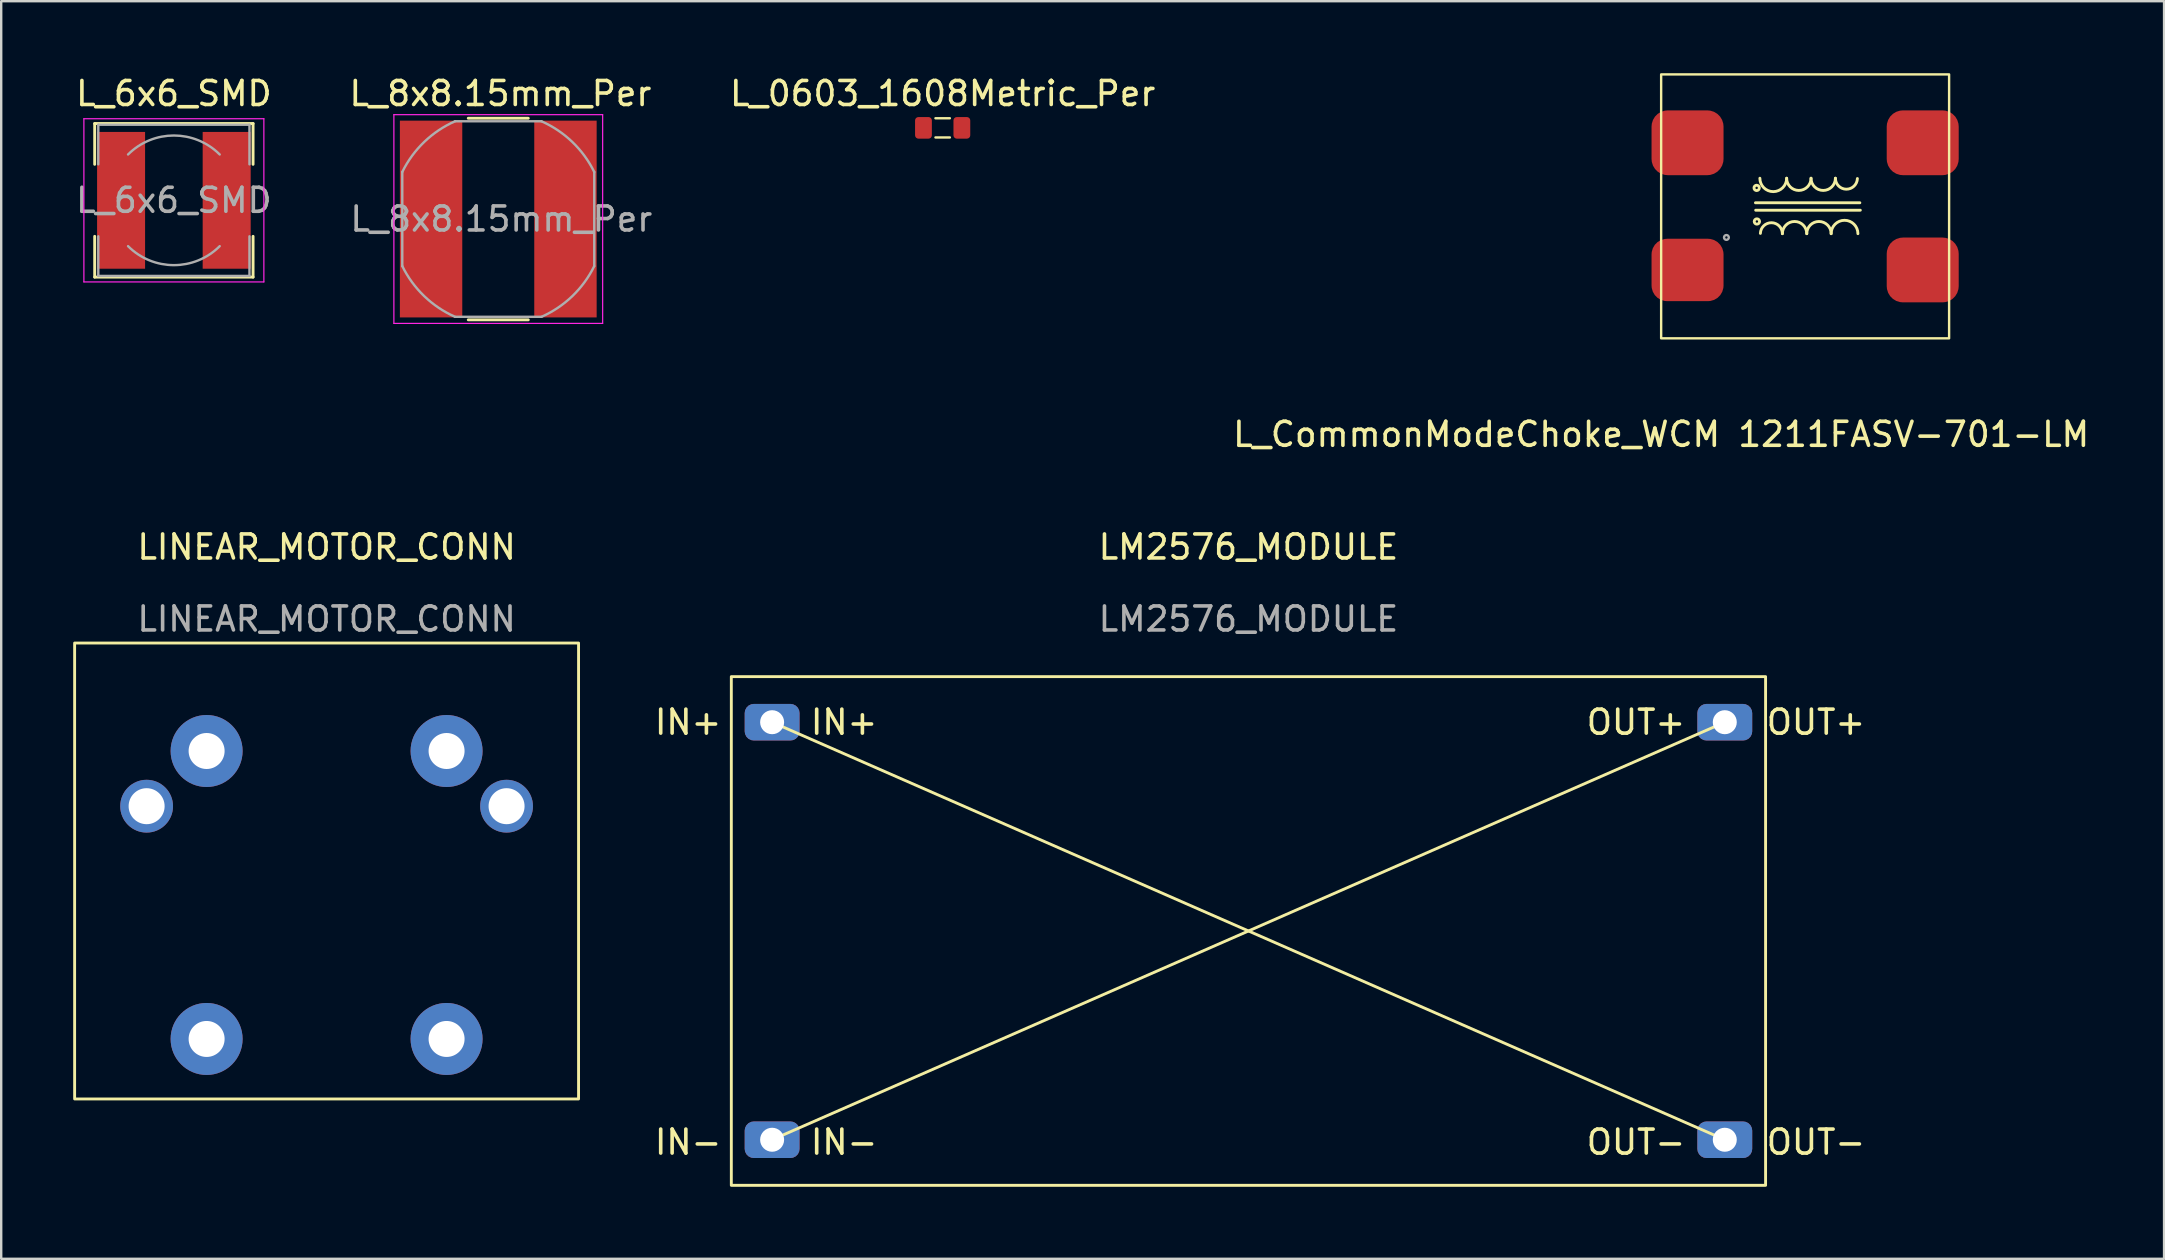
<source format=kicad_pcb>
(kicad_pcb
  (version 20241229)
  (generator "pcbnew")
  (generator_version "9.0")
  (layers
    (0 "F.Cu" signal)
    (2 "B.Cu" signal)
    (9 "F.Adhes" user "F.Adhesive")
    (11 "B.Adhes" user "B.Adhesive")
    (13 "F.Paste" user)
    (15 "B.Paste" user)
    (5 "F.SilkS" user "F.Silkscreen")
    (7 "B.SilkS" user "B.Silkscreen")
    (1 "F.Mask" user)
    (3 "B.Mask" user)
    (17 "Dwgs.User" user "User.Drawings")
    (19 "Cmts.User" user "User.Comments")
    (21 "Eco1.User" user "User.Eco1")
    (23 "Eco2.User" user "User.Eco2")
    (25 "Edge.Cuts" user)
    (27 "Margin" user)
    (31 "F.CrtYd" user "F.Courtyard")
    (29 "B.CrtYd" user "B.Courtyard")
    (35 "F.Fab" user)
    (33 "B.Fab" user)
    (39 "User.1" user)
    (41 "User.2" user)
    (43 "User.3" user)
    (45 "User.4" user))
  (footprint "LM2576_MODULE"
    (layer "F.Cu")
    (at 48.976 35.746)
    (property "Reference" "LM2576_MODULE" (at 0 -16 0) (unlocked yes) (layer "F.SilkS") (effects (font (size 1 1) (thickness 0.15))))
    (attr smd)
    (fp_line (start -19.85 8.7) (end 19.85 -8.7) (stroke (width 0.12) (type solid)) (layer "F.SilkS"))
    (fp_line (start 19.85 8.7) (end -19.85 -8.7) (stroke (width 0.12) (type solid)) (layer "F.SilkS"))
    (fp_rect (start -21.55 10.6) (end 21.55 -10.6) (stroke (width 0.12) (type solid)) (fill no) (layer "F.SilkS"))
    (fp_text user "IN+" (at -16.85 -8.7 0) (unlocked yes) (layer "F.SilkS") (effects (font (size 1 1) (thickness 0.15))))
    (fp_text user "IN+" (at -23.35 -8.7 0) (unlocked yes) (layer "F.SilkS") (effects (font (size 1 1) (thickness 0.15))))
    (fp_text user "IN-" (at -23.35 8.8 0) (unlocked yes) (layer "F.SilkS") (effects (font (size 1 1) (thickness 0.15))))
    (fp_text user "OUT+" (at 16.15 -8.7 0) (unlocked yes) (layer "F.SilkS") (effects (font (size 1 1) (thickness 0.15))))
    (fp_text user "OUT-" (at 23.65 8.8 0) (unlocked yes) (layer "F.SilkS") (effects (font (size 1 1) (thickness 0.15))))
    (fp_text user "OUT+" (at 23.65 -8.7 0) (unlocked yes) (layer "F.SilkS") (effects (font (size 1 1) (thickness 0.15))))
    (fp_text user "IN-" (at -16.85 8.8 0) (unlocked yes) (layer "F.SilkS") (effects (font (size 1 1) (thickness 0.15))))
    (fp_text user "OUT-" (at 16.15 8.8 0) (unlocked yes) (layer "F.SilkS") (effects (font (size 1 1) (thickness 0.15))))
    (fp_text user "${REFERENCE}" (at 0 -13 0) (unlocked yes) (layer "F.Fab") (effects (font (size 1 1) (thickness 0.15))))
    (pad "1" thru_hole roundrect (at -19.85 -8.7) (size 2.286 1.524) (drill 1) (layers "*.Cu" "*.Mask") (roundrect_rratio 0.25))
    (pad "2" thru_hole roundrect (at -19.85 8.7) (size 2.286 1.524) (drill 1) (layers "*.Cu" "*.Mask") (roundrect_rratio 0.25))
    (pad "3" thru_hole roundrect (at 19.85 -8.7) (size 2.286 1.524) (drill 1) (layers "*.Cu" "*.Mask") (roundrect_rratio 0.25))
    (pad "4" thru_hole roundrect (at 19.85 8.7) (size 2.286 1.524) (drill 1) (layers "*.Cu" "*.Mask") (roundrect_rratio 0.25)))
  (footprint "L_CommonModeChoke_WCM 1211FASV-701-LM"
    (layer "F.Cu")
    (at 66.174 11.05)
    (property "Reference" "L_CommonModeChoke_WCM 1211FASV-701-LM" (at 0 4 0) (layer "F.SilkS") (effects (font (size 1 1) (thickness 0.15))))
    (attr smd)
    (fp_line (start 3.93 -5.65) (end 8.28 -5.65) (stroke (width 0.12) (type solid)) (layer "F.SilkS"))
    (fp_line (start 8.3 -5.34) (end 3.94 -5.34) (stroke (width 0.12) (type solid)) (layer "F.SilkS"))
    (fp_rect (start 0 0) (end 12 -11) (stroke (width 0.1) (type default)) (fill no) (layer "F.SilkS"))
    (fp_arc (start 4.135843 -4.374) (mid 4.599844 -4.820121) (end 5.052 -4.362) (stroke (width 0.12) (type solid)) (layer "F.SilkS"))
    (fp_arc (start 5.052 -4.362) (mid 5.56 -4.87) (end 6.068 -4.362) (stroke (width 0.12) (type solid)) (layer "F.SilkS"))
    (fp_arc (start 5.229844 -6.672121) (mid 4.672001 -6.114278) (end 4.114158 -6.672121) (stroke (width 0.12) (type solid)) (layer "F.SilkS"))
    (fp_arc (start 6.068 -4.362) (mid 6.576 -4.87) (end 7.084 -4.362) (stroke (width 0.12) (type solid)) (layer "F.SilkS"))
    (fp_arc (start 6.245844 -6.672121) (mid 5.737844 -6.164121) (end 5.229844 -6.672121) (stroke (width 0.12) (type solid)) (layer "F.SilkS"))
    (fp_arc (start 7.084 -4.362) (mid 7.641843 -4.919843) (end 8.199686 -4.362) (stroke (width 0.12) (type solid)) (layer "F.SilkS"))
    (fp_arc (start 7.261844 -6.672121) (mid 6.753844 -6.164121) (end 6.245844 -6.672121) (stroke (width 0.12) (type solid)) (layer "F.SilkS"))
    (fp_arc (start 8.178001 -6.660121) (mid 7.714 -6.214003) (end 7.261844 -6.672121) (stroke (width 0.12) (type solid)) (layer "F.SilkS"))
    (fp_circle (center 3.98 -6.27) (end 3.98 -6.321) (stroke (width 0.12) (type solid)) (fill no) (layer "F.SilkS"))
    (fp_circle (center 3.99 -4.87) (end 3.99 -4.819) (stroke (width 0.12) (type solid)) (fill no) (layer "F.SilkS"))
    (fp_circle (center 2.72 -4.205) (end 2.72 -4.305) (stroke (width 0.1) (type solid)) (fill no) (layer "F.Fab"))
    (pad "1" smd roundrect (at 1.1 -2.85 180) (size 3 2.6) (layers "F.Cu" "F.Mask" "F.Paste") (roundrect_rratio 0.25))
    (pad "2" smd roundrect (at 10.9 -2.85 180) (size 3 2.7) (layers "F.Cu" "F.Mask" "F.Paste") (roundrect_rratio 0.25))
    (pad "3" smd roundrect (at 1.1 -8.15 180) (size 3 2.7) (layers "F.Cu" "F.Mask" "F.Paste") (roundrect_rratio 0.25))
    (pad "4" smd roundrect (at 10.9 -8.15 180) (size 3 2.7) (layers "F.Cu" "F.Mask" "F.Paste") (roundrect_rratio 0.25)))
  (footprint "L_0603_1608Metric_Per"
    (layer "F.Cu")
    (at 36.233 2.278)
    (property "Reference" "L_0603_1608Metric_Per" (at 0 -1.43 0) (layer "F.SilkS") (effects (font (size 1 1) (thickness 0.15))))
    (attr smd)
    (fp_line (start -0.3 -0.4) (end 0.3 -0.4) (stroke (width 0.1) (type default)) (layer "F.SilkS"))
    (fp_line (start -0.3 0.4) (end 0.3 0.4) (stroke (width 0.1) (type default)) (layer "F.SilkS"))
    (pad "1" smd roundrect (at -0.8 0) (size 0.7 0.9) (layers "F.Cu" "F.Mask" "F.Paste") (roundrect_rratio 0.2))
    (pad "2" smd roundrect (at 0.8 0) (size 0.7 0.9) (layers "F.Cu" "F.Mask" "F.Paste") (roundrect_rratio 0.2)))
  (footprint "L_8x8.15mm_Per"
    (layer "F.Cu")
    (at 17.714 6.078)
    (property "Reference" "L_8x8.15mm_Per" (at 0.09 -5.23 0) (layer "F.SilkS") (effects (font (size 1 1) (thickness 0.15))))
    (attr smd)
    (fp_line (start -1.25 4.2) (end 1.25 4.2) (stroke (width 0.12) (type solid)) (layer "F.SilkS"))
    (fp_line (start 1.25 -4.2) (end -1.25 -4.2) (stroke (width 0.12) (type solid)) (layer "F.SilkS"))
    (fp_line (start -4.35 -4.35) (end -4.35 4.35) (stroke (width 0.05) (type solid)) (layer "F.CrtYd"))
    (fp_line (start -4.35 -4.35) (end 4.35 -4.35) (stroke (width 0.05) (type solid)) (layer "F.CrtYd"))
    (fp_line (start -4.35 4.35) (end 4.35 4.35) (stroke (width 0.05) (type solid)) (layer "F.CrtYd"))
    (fp_line (start 4.35 -4.35) (end 4.35 4.35) (stroke (width 0.05) (type solid)) (layer "F.CrtYd"))
    (fp_line (start -4 -1.96) (end -4 1.96) (stroke (width 0.1) (type solid)) (layer "F.Fab"))
    (fp_line (start -1.8 -4.075) (end 1.8 -4.075) (stroke (width 0.1) (type solid)) (layer "F.Fab"))
    (fp_line (start 1.8 4.075) (end -1.8 4.075) (stroke (width 0.1) (type solid)) (layer "F.Fab"))
    (fp_line (start 4 -1.96) (end 4 1.96) (stroke (width 0.1) (type solid)) (layer "F.Fab"))
    (fp_arc (start -3.99824 -1.964613) (mid -3.085179 -3.213611) (end -1.8 -4.075) (stroke (width 0.1) (type solid)) (layer "F.Fab"))
    (fp_arc (start -1.804314 4.072598) (mid -3.088411 3.209878) (end -4 1.96) (stroke (width 0.1) (type solid)) (layer "F.Fab"))
    (fp_arc (start 1.799817 -4.074587) (mid 3.086639 -3.211582) (end 4 -1.96) (stroke (width 0.1) (type solid)) (layer "F.Fab"))
    (fp_arc (start 3.99824 1.964613) (mid 3.085179 3.213611) (end 1.8 4.075) (stroke (width 0.1) (type solid)) (layer "F.Fab"))
    (fp_text user "${REFERENCE}" (at 0.127 0 0) (layer "F.Fab") (effects (font (size 1 1) (thickness 0.15))))
    (pad "1" smd rect (at -2.8 0) (size 2.6 8.2) (layers "F.Cu" "F.Mask" "F.Paste"))
    (pad "2" smd rect (at 2.8 0) (size 2.6 8.2) (layers "F.Cu" "F.Mask" "F.Paste")))
  (footprint "L_6x6_SMD"
    (layer "F.Cu")
    (at 4.196 5.298)
    (property "Reference" "L_6x6_SMD" (at 0 -4.45 0) (layer "F.SilkS") (effects (font (size 1 1) (thickness 0.15))))
    (attr smd)
    (fp_line (start -3.3 -3.2) (end 3.3 -3.2) (stroke (width 0.12) (type solid)) (layer "F.SilkS"))
    (fp_line (start -3.3 -1.5) (end -3.3 -3.2) (stroke (width 0.12) (type solid)) (layer "F.SilkS"))
    (fp_line (start -3.3 3.2) (end -3.3 1.5) (stroke (width 0.12) (type solid)) (layer "F.SilkS"))
    (fp_line (start 3.3 -3.2) (end 3.3 -1.5) (stroke (width 0.12) (type solid)) (layer "F.SilkS"))
    (fp_line (start 3.3 1.5) (end 3.3 3.2) (stroke (width 0.12) (type solid)) (layer "F.SilkS"))
    (fp_line (start 3.3 3.2) (end -3.3 3.2) (stroke (width 0.12) (type solid)) (layer "F.SilkS"))
    (fp_line (start -3.75 -3.4) (end -3.75 3.4) (stroke (width 0.05) (type solid)) (layer "F.CrtYd"))
    (fp_line (start -3.75 3.4) (end 3.75 3.4) (stroke (width 0.05) (type solid)) (layer "F.CrtYd"))
    (fp_line (start 3.75 -3.4) (end -3.75 -3.4) (stroke (width 0.05) (type solid)) (layer "F.CrtYd"))
    (fp_line (start 3.75 3.4) (end 3.75 -3.4) (stroke (width 0.05) (type solid)) (layer "F.CrtYd"))
    (fp_line (start -3.15 -3.15) (end -3.15 -1.5) (stroke (width 0.1) (type solid)) (layer "F.Fab"))
    (fp_line (start -3.15 -3.15) (end 3.15 -3.15) (stroke (width 0.1) (type solid)) (layer "F.Fab"))
    (fp_line (start -3.15 3.15) (end -3.15 1.5) (stroke (width 0.1) (type solid)) (layer "F.Fab"))
    (fp_line (start -3.15 3.15) (end 3.15 3.15) (stroke (width 0.1) (type solid)) (layer "F.Fab"))
    (fp_line (start 3.15 -3.15) (end 3.15 -1.5) (stroke (width 0.1) (type solid)) (layer "F.Fab"))
    (fp_line (start 3.15 3.15) (end 3.15 1.5) (stroke (width 0.1) (type solid)) (layer "F.Fab"))
    (fp_arc (start -1.91 -1.91) (mid 0 -2.701148) (end 1.91 -1.91) (stroke (width 0.1) (type solid)) (layer "F.Fab"))
    (fp_arc (start 1.91 1.91) (mid 0 2.701148) (end -1.91 1.91) (stroke (width 0.1) (type solid)) (layer "F.Fab"))
    (fp_text user "${REFERENCE}" (at 0 0 0) (layer "F.Fab") (effects (font (size 1 1) (thickness 0.15))))
    (pad "1" smd rect (at -2.2 0) (size 2 5.7) (layers "F.Cu" "F.Mask" "F.Paste"))
    (pad "2" smd rect (at 2.2 0) (size 2 5.7) (layers "F.Cu" "F.Mask" "F.Paste")))
  (footprint "LINEAR_MOTOR_CONN"
    (layer "F.Cu")
    (at 10.56 42.746)
    (property "Reference" "LINEAR_MOTOR_CONN" (at 0 -23 0) (unlocked yes) (layer "F.SilkS") (effects (font (size 1 1) (thickness 0.15))))
    (attr smd)
    (fp_rect (start -10.5 0) (end 10.5 -19) (stroke (width 0.12) (type solid)) (fill no) (layer "F.SilkS"))
    (fp_text user "${REFERENCE}" (at 0 -20 0) (unlocked yes) (layer "F.Fab") (effects (font (size 1 1) (thickness 0.15))))
    (pad "1" thru_hole circle (at 5 -14.5) (size 3 3) (drill 1.5) (layers "*.Cu" "*.Mask"))
    (pad "2" thru_hole circle (at -5 -14.5) (size 3 3) (drill 1.5) (layers "*.Cu" "*.Mask"))
    (pad "3" thru_hole circle (at 7.5 -12.2) (size 2.2 2.2) (drill 1.5) (layers "*.Cu" "*.Mask"))
    (pad "4" thru_hole circle (at -7.5 -12.2) (size 2.2 2.2) (drill 1.5) (layers "*.Cu" "*.Mask"))
    (pad "5" thru_hole circle (at 5 -2.5) (size 3 3) (drill 1.5) (layers "*.Cu" "*.Mask"))
    (pad "6" thru_hole circle (at -5 -2.5) (size 3 3) (drill 1.5) (layers "*.Cu" "*.Mask")))
  (gr_rect
    (start -3 -3)
    (end 87.132 49.407)
    (stroke (width 0.1) (type default))
    (fill no)
    (layer "Edge.Cuts")))
</source>
